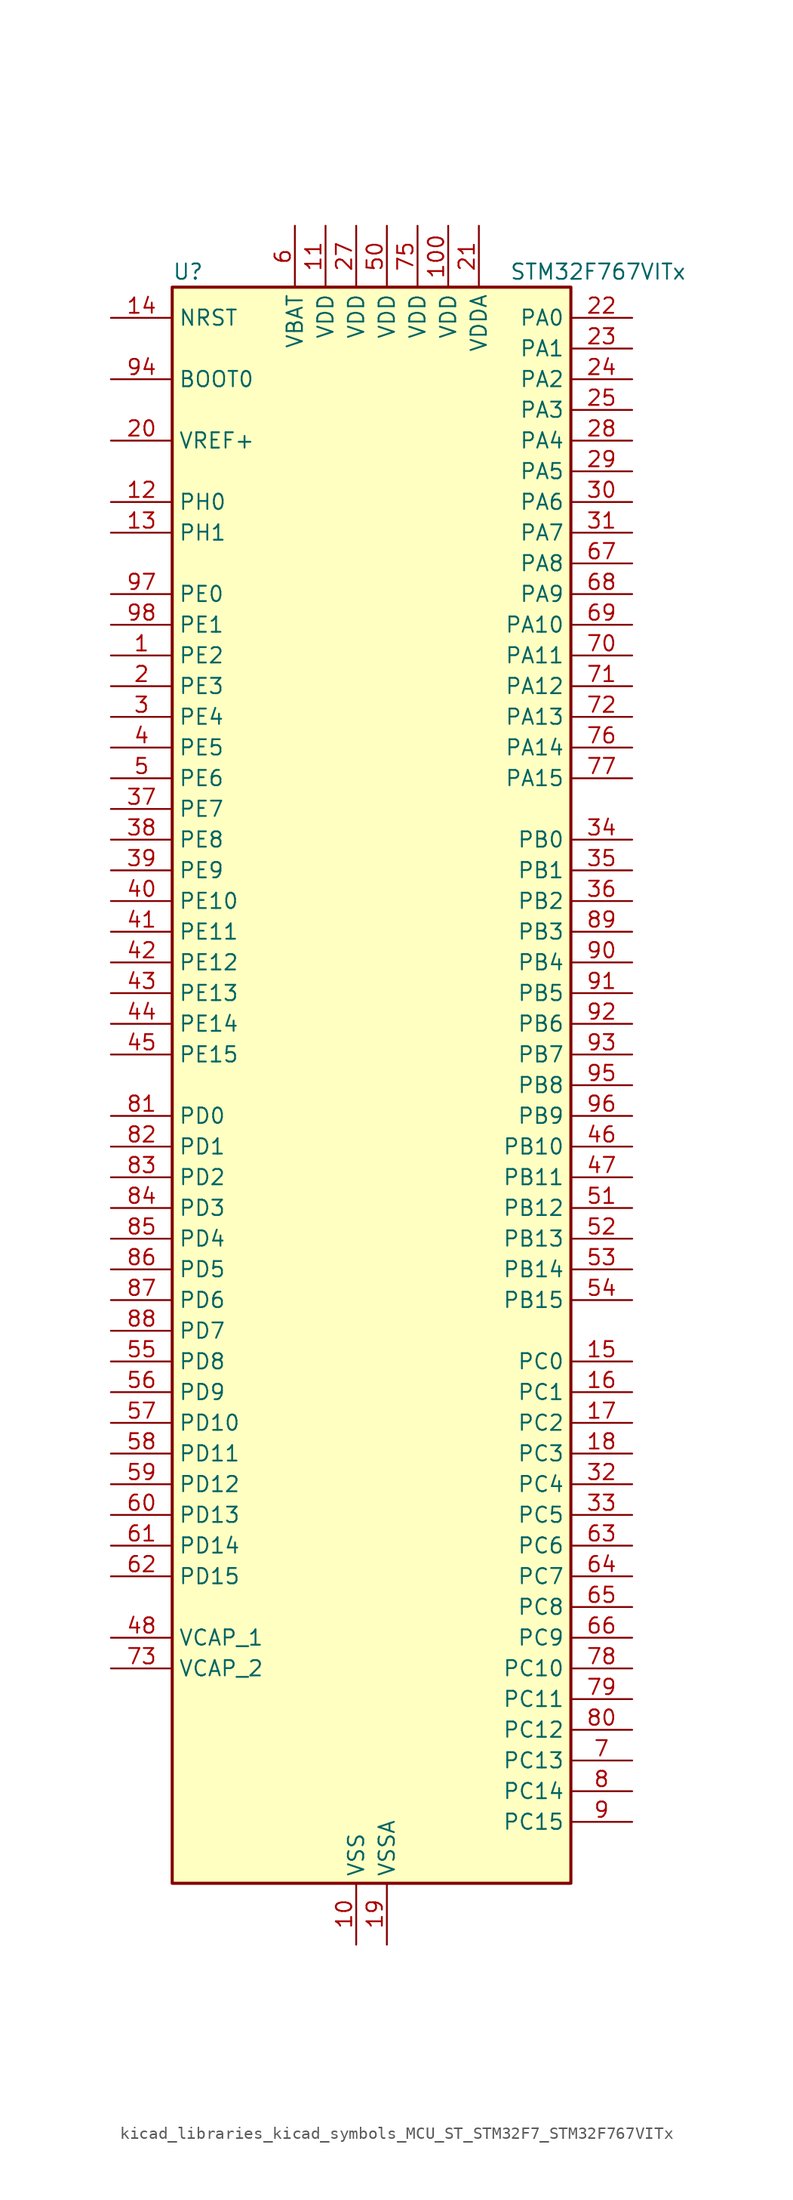
<source format=kicad_sym>
(kicad_symbol_lib
  (version 20220914)
  (generator kicad_symbol_editor)
  (symbol "kicad_libraries_kicad_symbols_MCU_ST_STM32F7_STM32F767VITx"
    (property "Reference" "U"
      (at -15.24 67.31 0)
      (effects (font (size 1.27 1.27)) (justify left)))
    (property "Value" "STM32F767VITx"
      (at 12.7 67.31 0)
      (effects (font (size 1.27 1.27)) (justify left)))
    (property "ki_locked" ""
      (at 0 0 0)
      (effects (font (size 1.27 1.27))))
    (symbol "kicad_libraries_kicad_symbols_MCU_ST_STM32F7_STM32F767VITx_0_1"
      (rectangle (start -15.24 -66.04) (end 17.78 66.04) (stroke (width 0.254) (type default)) (fill (type background))))
    (symbol "kicad_libraries_kicad_symbols_MCU_ST_STM32F7_STM32F767VITx_1_1"
      (pin bidirectional line (at -20.32 35.56 0) (length 5.08) (name "PE2" (effects (font (size 1.27 1.27)))) (number "1" (effects (font (size 1.27 1.27)))) (alternate "ETH_TXD3" bidirectional line) (alternate "FMC_A23" bidirectional line) (alternate "QUADSPI_BK1_IO2" bidirectional line) (alternate "SAI1_MCLK_A" bidirectional line) (alternate "SPI4_SCK" bidirectional line) (alternate "SYS_TRACECLK" bidirectional line))
      (pin power_in line (at 0 -71.12 90) (length 5.08) (name "VSS" (effects (font (size 1.27 1.27)))) (number "10" (effects (font (size 1.27 1.27)))))
      (pin power_in line (at 7.62 71.12 270) (length 5.08) (name "VDD" (effects (font (size 1.27 1.27)))) (number "100" (effects (font (size 1.27 1.27)))))
      (pin power_in line (at -2.54 71.12 270) (length 5.08) (name "VDD" (effects (font (size 1.27 1.27)))) (number "11" (effects (font (size 1.27 1.27)))))
      (pin bidirectional line (at -20.32 48.26 0) (length 5.08) (name "PH0" (effects (font (size 1.27 1.27)))) (number "12" (effects (font (size 1.27 1.27)))) (alternate "RCC_OSC_IN" bidirectional line))
      (pin bidirectional line (at -20.32 45.72 0) (length 5.08) (name "PH1" (effects (font (size 1.27 1.27)))) (number "13" (effects (font (size 1.27 1.27)))) (alternate "RCC_OSC_OUT" bidirectional line))
      (pin input line (at -20.32 63.5 0) (length 5.08) (name "NRST" (effects (font (size 1.27 1.27)))) (number "14" (effects (font (size 1.27 1.27)))))
      (pin bidirectional line (at 22.86 -22.86 180) (length 5.08) (name "PC0" (effects (font (size 1.27 1.27)))) (number "15" (effects (font (size 1.27 1.27)))) (alternate "ADC1_IN10" bidirectional line) (alternate "ADC2_IN10" bidirectional line) (alternate "ADC3_IN10" bidirectional line) (alternate "DFSDM1_CKIN0" bidirectional line) (alternate "DFSDM1_DATIN4" bidirectional line) (alternate "FMC_SDNWE" bidirectional line) (alternate "LTDC_R5" bidirectional line) (alternate "SAI2_FS_B" bidirectional line) (alternate "USB_OTG_HS_ULPI_STP" bidirectional line))
      (pin bidirectional line (at 22.86 -25.4 180) (length 5.08) (name "PC1" (effects (font (size 1.27 1.27)))) (number "16" (effects (font (size 1.27 1.27)))) (alternate "ADC1_IN11" bidirectional line) (alternate "ADC2_IN11" bidirectional line) (alternate "ADC3_IN11" bidirectional line) (alternate "DFSDM1_CKIN4" bidirectional line) (alternate "DFSDM1_DATIN0" bidirectional line) (alternate "ETH_MDC" bidirectional line) (alternate "I2S2_SD" bidirectional line) (alternate "MDIOS_MDC" bidirectional line) (alternate "RTC_TAMP3" bidirectional line) (alternate "RTC_TS" bidirectional line) (alternate "SAI1_SD_A" bidirectional line) (alternate "SPI2_MOSI" bidirectional line) (alternate "SYS_TRACED0" bidirectional line) (alternate "SYS_WKUP3" bidirectional line))
      (pin bidirectional line (at 22.86 -27.94 180) (length 5.08) (name "PC2" (effects (font (size 1.27 1.27)))) (number "17" (effects (font (size 1.27 1.27)))) (alternate "ADC1_IN12" bidirectional line) (alternate "ADC2_IN12" bidirectional line) (alternate "ADC3_IN12" bidirectional line) (alternate "DFSDM1_CKIN1" bidirectional line) (alternate "DFSDM1_CKOUT" bidirectional line) (alternate "ETH_TXD2" bidirectional line) (alternate "FMC_SDNE0" bidirectional line) (alternate "SPI2_MISO" bidirectional line) (alternate "USB_OTG_HS_ULPI_DIR" bidirectional line))
      (pin bidirectional line (at 22.86 -30.48 180) (length 5.08) (name "PC3" (effects (font (size 1.27 1.27)))) (number "18" (effects (font (size 1.27 1.27)))) (alternate "ADC1_IN13" bidirectional line) (alternate "ADC2_IN13" bidirectional line) (alternate "ADC3_IN13" bidirectional line) (alternate "DFSDM1_DATIN1" bidirectional line) (alternate "ETH_TX_CLK" bidirectional line) (alternate "FMC_SDCKE0" bidirectional line) (alternate "I2S2_SD" bidirectional line) (alternate "SPI2_MOSI" bidirectional line) (alternate "USB_OTG_HS_ULPI_NXT" bidirectional line))
      (pin power_in line (at 2.54 -71.12 90) (length 5.08) (name "VSSA" (effects (font (size 1.27 1.27)))) (number "19" (effects (font (size 1.27 1.27)))))
      (pin bidirectional line (at -20.32 33.02 0) (length 5.08) (name "PE3" (effects (font (size 1.27 1.27)))) (number "2" (effects (font (size 1.27 1.27)))) (alternate "FMC_A19" bidirectional line) (alternate "SAI1_SD_B" bidirectional line) (alternate "SYS_TRACED0" bidirectional line))
      (pin input line (at -20.32 53.34 0) (length 5.08) (name "VREF+" (effects (font (size 1.27 1.27)))) (number "20" (effects (font (size 1.27 1.27)))))
      (pin power_in line (at 10.16 71.12 270) (length 5.08) (name "VDDA" (effects (font (size 1.27 1.27)))) (number "21" (effects (font (size 1.27 1.27)))))
      (pin bidirectional line (at 22.86 63.5 180) (length 5.08) (name "PA0" (effects (font (size 1.27 1.27)))) (number "22" (effects (font (size 1.27 1.27)))) (alternate "ADC1_IN0" bidirectional line) (alternate "ADC2_IN0" bidirectional line) (alternate "ADC3_IN0" bidirectional line) (alternate "ETH_CRS" bidirectional line) (alternate "SAI2_SD_B" bidirectional line) (alternate "SYS_WKUP1" bidirectional line) (alternate "TIM2_CH1" bidirectional line) (alternate "TIM2_ETR" bidirectional line) (alternate "TIM5_CH1" bidirectional line) (alternate "TIM8_ETR" bidirectional line) (alternate "UART4_TX" bidirectional line) (alternate "USART2_CTS" bidirectional line))
      (pin bidirectional line (at 22.86 60.96 180) (length 5.08) (name "PA1" (effects (font (size 1.27 1.27)))) (number "23" (effects (font (size 1.27 1.27)))) (alternate "ADC1_IN1" bidirectional line) (alternate "ADC2_IN1" bidirectional line) (alternate "ADC3_IN1" bidirectional line) (alternate "ETH_REF_CLK" bidirectional line) (alternate "ETH_RX_CLK" bidirectional line) (alternate "LTDC_R2" bidirectional line) (alternate "QUADSPI_BK1_IO3" bidirectional line) (alternate "SAI2_MCLK_B" bidirectional line) (alternate "TIM2_CH2" bidirectional line) (alternate "TIM5_CH2" bidirectional line) (alternate "UART4_RX" bidirectional line) (alternate "USART2_DE" bidirectional line) (alternate "USART2_RTS" bidirectional line))
      (pin bidirectional line (at 22.86 58.42 180) (length 5.08) (name "PA2" (effects (font (size 1.27 1.27)))) (number "24" (effects (font (size 1.27 1.27)))) (alternate "ADC1_IN2" bidirectional line) (alternate "ADC2_IN2" bidirectional line) (alternate "ADC3_IN2" bidirectional line) (alternate "ETH_MDIO" bidirectional line) (alternate "LTDC_R1" bidirectional line) (alternate "MDIOS_MDIO" bidirectional line) (alternate "SAI2_SCK_B" bidirectional line) (alternate "SYS_WKUP2" bidirectional line) (alternate "TIM2_CH3" bidirectional line) (alternate "TIM5_CH3" bidirectional line) (alternate "TIM9_CH1" bidirectional line) (alternate "USART2_TX" bidirectional line))
      (pin bidirectional line (at 22.86 55.88 180) (length 5.08) (name "PA3" (effects (font (size 1.27 1.27)))) (number "25" (effects (font (size 1.27 1.27)))) (alternate "ADC1_IN3" bidirectional line) (alternate "ADC2_IN3" bidirectional line) (alternate "ADC3_IN3" bidirectional line) (alternate "ETH_COL" bidirectional line) (alternate "LTDC_B2" bidirectional line) (alternate "LTDC_B5" bidirectional line) (alternate "TIM2_CH4" bidirectional line) (alternate "TIM5_CH4" bidirectional line) (alternate "TIM9_CH2" bidirectional line) (alternate "USART2_RX" bidirectional line) (alternate "USB_OTG_HS_ULPI_D0" bidirectional line))
      (pin passive line (at 0 -71.12 90) (length 5.08) hide (name "VSS" (effects (font (size 1.27 1.27)))) (number "26" (effects (font (size 1.27 1.27)))))
      (pin power_in line (at 0 71.12 270) (length 5.08) (name "VDD" (effects (font (size 1.27 1.27)))) (number "27" (effects (font (size 1.27 1.27)))))
      (pin bidirectional line (at 22.86 53.34 180) (length 5.08) (name "PA4" (effects (font (size 1.27 1.27)))) (number "28" (effects (font (size 1.27 1.27)))) (alternate "ADC1_IN4" bidirectional line) (alternate "ADC2_IN4" bidirectional line) (alternate "DAC_OUT1" bidirectional line) (alternate "DCMI_HSYNC" bidirectional line) (alternate "I2S1_WS" bidirectional line) (alternate "I2S3_WS" bidirectional line) (alternate "LTDC_VSYNC" bidirectional line) (alternate "SPI1_NSS" bidirectional line) (alternate "SPI3_NSS" bidirectional line) (alternate "SPI6_NSS" bidirectional line) (alternate "USART2_CK" bidirectional line) (alternate "USB_OTG_HS_SOF" bidirectional line))
      (pin bidirectional line (at 22.86 50.8 180) (length 5.08) (name "PA5" (effects (font (size 1.27 1.27)))) (number "29" (effects (font (size 1.27 1.27)))) (alternate "ADC1_IN5" bidirectional line) (alternate "ADC2_IN5" bidirectional line) (alternate "DAC_OUT2" bidirectional line) (alternate "I2S1_CK" bidirectional line) (alternate "LTDC_R4" bidirectional line) (alternate "SPI1_SCK" bidirectional line) (alternate "SPI6_SCK" bidirectional line) (alternate "TIM2_CH1" bidirectional line) (alternate "TIM2_ETR" bidirectional line) (alternate "TIM8_CH1N" bidirectional line) (alternate "USB_OTG_HS_ULPI_CK" bidirectional line))
      (pin bidirectional line (at -20.32 30.48 0) (length 5.08) (name "PE4" (effects (font (size 1.27 1.27)))) (number "3" (effects (font (size 1.27 1.27)))) (alternate "DCMI_D4" bidirectional line) (alternate "DFSDM1_DATIN3" bidirectional line) (alternate "FMC_A20" bidirectional line) (alternate "LTDC_B0" bidirectional line) (alternate "SAI1_FS_A" bidirectional line) (alternate "SPI4_NSS" bidirectional line) (alternate "SYS_TRACED1" bidirectional line))
      (pin bidirectional line (at 22.86 48.26 180) (length 5.08) (name "PA6" (effects (font (size 1.27 1.27)))) (number "30" (effects (font (size 1.27 1.27)))) (alternate "ADC1_IN6" bidirectional line) (alternate "ADC2_IN6" bidirectional line) (alternate "DCMI_PIXCLK" bidirectional line) (alternate "LTDC_G2" bidirectional line) (alternate "MDIOS_MDC" bidirectional line) (alternate "SPI1_MISO" bidirectional line) (alternate "SPI6_MISO" bidirectional line) (alternate "TIM13_CH1" bidirectional line) (alternate "TIM1_BKIN" bidirectional line) (alternate "TIM3_CH1" bidirectional line) (alternate "TIM8_BKIN" bidirectional line))
      (pin bidirectional line (at 22.86 45.72 180) (length 5.08) (name "PA7" (effects (font (size 1.27 1.27)))) (number "31" (effects (font (size 1.27 1.27)))) (alternate "ADC1_IN7" bidirectional line) (alternate "ADC2_IN7" bidirectional line) (alternate "ETH_CRS_DV" bidirectional line) (alternate "ETH_RX_DV" bidirectional line) (alternate "FMC_SDNWE" bidirectional line) (alternate "I2S1_SD" bidirectional line) (alternate "SPI1_MOSI" bidirectional line) (alternate "SPI6_MOSI" bidirectional line) (alternate "TIM14_CH1" bidirectional line) (alternate "TIM1_CH1N" bidirectional line) (alternate "TIM3_CH2" bidirectional line) (alternate "TIM8_CH1N" bidirectional line))
      (pin bidirectional line (at 22.86 -33.02 180) (length 5.08) (name "PC4" (effects (font (size 1.27 1.27)))) (number "32" (effects (font (size 1.27 1.27)))) (alternate "ADC1_IN14" bidirectional line) (alternate "ADC2_IN14" bidirectional line) (alternate "DFSDM1_CKIN2" bidirectional line) (alternate "ETH_RXD0" bidirectional line) (alternate "FMC_SDNE0" bidirectional line) (alternate "I2S1_MCK" bidirectional line) (alternate "SPDIFRX_IN2" bidirectional line))
      (pin bidirectional line (at 22.86 -35.56 180) (length 5.08) (name "PC5" (effects (font (size 1.27 1.27)))) (number "33" (effects (font (size 1.27 1.27)))) (alternate "ADC1_IN15" bidirectional line) (alternate "ADC2_IN15" bidirectional line) (alternate "DFSDM1_DATIN2" bidirectional line) (alternate "ETH_RXD1" bidirectional line) (alternate "FMC_SDCKE0" bidirectional line) (alternate "SPDIFRX_IN3" bidirectional line))
      (pin bidirectional line (at 22.86 20.32 180) (length 5.08) (name "PB0" (effects (font (size 1.27 1.27)))) (number "34" (effects (font (size 1.27 1.27)))) (alternate "ADC1_IN8" bidirectional line) (alternate "ADC2_IN8" bidirectional line) (alternate "DFSDM1_CKOUT" bidirectional line) (alternate "ETH_RXD2" bidirectional line) (alternate "LTDC_G1" bidirectional line) (alternate "LTDC_R3" bidirectional line) (alternate "TIM1_CH2N" bidirectional line) (alternate "TIM3_CH3" bidirectional line) (alternate "TIM8_CH2N" bidirectional line) (alternate "UART4_CTS" bidirectional line) (alternate "USB_OTG_HS_ULPI_D1" bidirectional line))
      (pin bidirectional line (at 22.86 17.78 180) (length 5.08) (name "PB1" (effects (font (size 1.27 1.27)))) (number "35" (effects (font (size 1.27 1.27)))) (alternate "ADC1_IN9" bidirectional line) (alternate "ADC2_IN9" bidirectional line) (alternate "DFSDM1_DATIN1" bidirectional line) (alternate "ETH_RXD3" bidirectional line) (alternate "LTDC_G0" bidirectional line) (alternate "LTDC_R6" bidirectional line) (alternate "TIM1_CH3N" bidirectional line) (alternate "TIM3_CH4" bidirectional line) (alternate "TIM8_CH3N" bidirectional line) (alternate "USB_OTG_HS_ULPI_D2" bidirectional line))
      (pin bidirectional line (at 22.86 15.24 180) (length 5.08) (name "PB2" (effects (font (size 1.27 1.27)))) (number "36" (effects (font (size 1.27 1.27)))) (alternate "DFSDM1_CKIN1" bidirectional line) (alternate "I2S3_SD" bidirectional line) (alternate "QUADSPI_CLK" bidirectional line) (alternate "SAI1_SD_A" bidirectional line) (alternate "SPI3_MOSI" bidirectional line))
      (pin bidirectional line (at -20.32 22.86 0) (length 5.08) (name "PE7" (effects (font (size 1.27 1.27)))) (number "37" (effects (font (size 1.27 1.27)))) (alternate "DFSDM1_DATIN2" bidirectional line) (alternate "FMC_D4" bidirectional line) (alternate "FMC_DA4" bidirectional line) (alternate "QUADSPI_BK2_IO0" bidirectional line) (alternate "TIM1_ETR" bidirectional line) (alternate "UART7_RX" bidirectional line))
      (pin bidirectional line (at -20.32 20.32 0) (length 5.08) (name "PE8" (effects (font (size 1.27 1.27)))) (number "38" (effects (font (size 1.27 1.27)))) (alternate "DFSDM1_CKIN2" bidirectional line) (alternate "FMC_D5" bidirectional line) (alternate "FMC_DA5" bidirectional line) (alternate "QUADSPI_BK2_IO1" bidirectional line) (alternate "TIM1_CH1N" bidirectional line) (alternate "UART7_TX" bidirectional line))
      (pin bidirectional line (at -20.32 17.78 0) (length 5.08) (name "PE9" (effects (font (size 1.27 1.27)))) (number "39" (effects (font (size 1.27 1.27)))) (alternate "DAC_EXTI9" bidirectional line) (alternate "DFSDM1_CKOUT" bidirectional line) (alternate "FMC_D6" bidirectional line) (alternate "FMC_DA6" bidirectional line) (alternate "QUADSPI_BK2_IO2" bidirectional line) (alternate "TIM1_CH1" bidirectional line) (alternate "UART7_DE" bidirectional line) (alternate "UART7_RTS" bidirectional line))
      (pin bidirectional line (at -20.32 27.94 0) (length 5.08) (name "PE5" (effects (font (size 1.27 1.27)))) (number "4" (effects (font (size 1.27 1.27)))) (alternate "DCMI_D6" bidirectional line) (alternate "DFSDM1_CKIN3" bidirectional line) (alternate "FMC_A21" bidirectional line) (alternate "LTDC_G0" bidirectional line) (alternate "SAI1_SCK_A" bidirectional line) (alternate "SPI4_MISO" bidirectional line) (alternate "SYS_TRACED2" bidirectional line) (alternate "TIM9_CH1" bidirectional line))
      (pin bidirectional line (at -20.32 15.24 0) (length 5.08) (name "PE10" (effects (font (size 1.27 1.27)))) (number "40" (effects (font (size 1.27 1.27)))) (alternate "DFSDM1_DATIN4" bidirectional line) (alternate "FMC_D7" bidirectional line) (alternate "FMC_DA7" bidirectional line) (alternate "QUADSPI_BK2_IO3" bidirectional line) (alternate "TIM1_CH2N" bidirectional line) (alternate "UART7_CTS" bidirectional line))
      (pin bidirectional line (at -20.32 12.7 0) (length 5.08) (name "PE11" (effects (font (size 1.27 1.27)))) (number "41" (effects (font (size 1.27 1.27)))) (alternate "ADC1_EXTI11" bidirectional line) (alternate "ADC2_EXTI11" bidirectional line) (alternate "ADC3_EXTI11" bidirectional line) (alternate "DFSDM1_CKIN4" bidirectional line) (alternate "FMC_D8" bidirectional line) (alternate "FMC_DA8" bidirectional line) (alternate "LTDC_G3" bidirectional line) (alternate "SAI2_SD_B" bidirectional line) (alternate "SPI4_NSS" bidirectional line) (alternate "TIM1_CH2" bidirectional line))
      (pin bidirectional line (at -20.32 10.16 0) (length 5.08) (name "PE12" (effects (font (size 1.27 1.27)))) (number "42" (effects (font (size 1.27 1.27)))) (alternate "DFSDM1_DATIN5" bidirectional line) (alternate "FMC_D9" bidirectional line) (alternate "FMC_DA9" bidirectional line) (alternate "LTDC_B4" bidirectional line) (alternate "SAI2_SCK_B" bidirectional line) (alternate "SPI4_SCK" bidirectional line) (alternate "TIM1_CH3N" bidirectional line))
      (pin bidirectional line (at -20.32 7.62 0) (length 5.08) (name "PE13" (effects (font (size 1.27 1.27)))) (number "43" (effects (font (size 1.27 1.27)))) (alternate "DFSDM1_CKIN5" bidirectional line) (alternate "FMC_D10" bidirectional line) (alternate "FMC_DA10" bidirectional line) (alternate "LTDC_DE" bidirectional line) (alternate "SAI2_FS_B" bidirectional line) (alternate "SPI4_MISO" bidirectional line) (alternate "TIM1_CH3" bidirectional line))
      (pin bidirectional line (at -20.32 5.08 0) (length 5.08) (name "PE14" (effects (font (size 1.27 1.27)))) (number "44" (effects (font (size 1.27 1.27)))) (alternate "FMC_D11" bidirectional line) (alternate "FMC_DA11" bidirectional line) (alternate "LTDC_CLK" bidirectional line) (alternate "SAI2_MCLK_B" bidirectional line) (alternate "SPI4_MOSI" bidirectional line) (alternate "TIM1_CH4" bidirectional line))
      (pin bidirectional line (at -20.32 2.54 0) (length 5.08) (name "PE15" (effects (font (size 1.27 1.27)))) (number "45" (effects (font (size 1.27 1.27)))) (alternate "FMC_D12" bidirectional line) (alternate "FMC_DA12" bidirectional line) (alternate "LTDC_R7" bidirectional line) (alternate "TIM1_BKIN" bidirectional line))
      (pin bidirectional line (at 22.86 -5.08 180) (length 5.08) (name "PB10" (effects (font (size 1.27 1.27)))) (number "46" (effects (font (size 1.27 1.27)))) (alternate "DFSDM1_DATIN7" bidirectional line) (alternate "ETH_RX_ER" bidirectional line) (alternate "I2C2_SCL" bidirectional line) (alternate "I2S2_CK" bidirectional line) (alternate "LTDC_G4" bidirectional line) (alternate "QUADSPI_BK1_NCS" bidirectional line) (alternate "SPI2_SCK" bidirectional line) (alternate "TIM2_CH3" bidirectional line) (alternate "USART3_TX" bidirectional line) (alternate "USB_OTG_HS_ULPI_D3" bidirectional line))
      (pin bidirectional line (at 22.86 -7.62 180) (length 5.08) (name "PB11" (effects (font (size 1.27 1.27)))) (number "47" (effects (font (size 1.27 1.27)))) (alternate "ADC1_EXTI11" bidirectional line) (alternate "ADC2_EXTI11" bidirectional line) (alternate "ADC3_EXTI11" bidirectional line) (alternate "DFSDM1_CKIN7" bidirectional line) (alternate "ETH_TX_EN" bidirectional line) (alternate "I2C2_SDA" bidirectional line) (alternate "LTDC_G5" bidirectional line) (alternate "TIM2_CH4" bidirectional line) (alternate "USART3_RX" bidirectional line) (alternate "USB_OTG_HS_ULPI_D4" bidirectional line))
      (pin power_out line (at -20.32 -45.72 0) (length 5.08) (name "VCAP_1" (effects (font (size 1.27 1.27)))) (number "48" (effects (font (size 1.27 1.27)))))
      (pin passive line (at 0 -71.12 90) (length 5.08) hide (name "VSS" (effects (font (size 1.27 1.27)))) (number "49" (effects (font (size 1.27 1.27)))))
      (pin bidirectional line (at -20.32 25.4 0) (length 5.08) (name "PE6" (effects (font (size 1.27 1.27)))) (number "5" (effects (font (size 1.27 1.27)))) (alternate "DCMI_D7" bidirectional line) (alternate "FMC_A22" bidirectional line) (alternate "LTDC_G1" bidirectional line) (alternate "SAI1_SD_A" bidirectional line) (alternate "SAI2_MCLK_B" bidirectional line) (alternate "SPI4_MOSI" bidirectional line) (alternate "SYS_TRACED3" bidirectional line) (alternate "TIM1_BKIN2" bidirectional line) (alternate "TIM9_CH2" bidirectional line))
      (pin power_in line (at 2.54 71.12 270) (length 5.08) (name "VDD" (effects (font (size 1.27 1.27)))) (number "50" (effects (font (size 1.27 1.27)))))
      (pin bidirectional line (at 22.86 -10.16 180) (length 5.08) (name "PB12" (effects (font (size 1.27 1.27)))) (number "51" (effects (font (size 1.27 1.27)))) (alternate "CAN2_RX" bidirectional line) (alternate "DFSDM1_DATIN1" bidirectional line) (alternate "ETH_TXD0" bidirectional line) (alternate "I2C2_SMBA" bidirectional line) (alternate "I2S2_WS" bidirectional line) (alternate "SPI2_NSS" bidirectional line) (alternate "TIM1_BKIN" bidirectional line) (alternate "UART5_RX" bidirectional line) (alternate "USART3_CK" bidirectional line) (alternate "USB_OTG_HS_ID" bidirectional line) (alternate "USB_OTG_HS_ULPI_D5" bidirectional line))
      (pin bidirectional line (at 22.86 -12.7 180) (length 5.08) (name "PB13" (effects (font (size 1.27 1.27)))) (number "52" (effects (font (size 1.27 1.27)))) (alternate "CAN2_TX" bidirectional line) (alternate "DFSDM1_CKIN1" bidirectional line) (alternate "ETH_TXD1" bidirectional line) (alternate "I2S2_CK" bidirectional line) (alternate "SPI2_SCK" bidirectional line) (alternate "TIM1_CH1N" bidirectional line) (alternate "UART5_TX" bidirectional line) (alternate "USART3_CTS" bidirectional line) (alternate "USB_OTG_HS_ULPI_D6" bidirectional line) (alternate "USB_OTG_HS_VBUS" bidirectional line))
      (pin bidirectional line (at 22.86 -15.24 180) (length 5.08) (name "PB14" (effects (font (size 1.27 1.27)))) (number "53" (effects (font (size 1.27 1.27)))) (alternate "DFSDM1_DATIN2" bidirectional line) (alternate "SDMMC2_D0" bidirectional line) (alternate "SPI2_MISO" bidirectional line) (alternate "TIM12_CH1" bidirectional line) (alternate "TIM1_CH2N" bidirectional line) (alternate "TIM8_CH2N" bidirectional line) (alternate "UART4_DE" bidirectional line) (alternate "UART4_RTS" bidirectional line) (alternate "USART1_TX" bidirectional line) (alternate "USART3_DE" bidirectional line) (alternate "USART3_RTS" bidirectional line) (alternate "USB_OTG_HS_DM" bidirectional line))
      (pin bidirectional line (at 22.86 -17.78 180) (length 5.08) (name "PB15" (effects (font (size 1.27 1.27)))) (number "54" (effects (font (size 1.27 1.27)))) (alternate "DFSDM1_CKIN2" bidirectional line) (alternate "I2S2_SD" bidirectional line) (alternate "RTC_REFIN" bidirectional line) (alternate "SDMMC2_D1" bidirectional line) (alternate "SPI2_MOSI" bidirectional line) (alternate "TIM12_CH2" bidirectional line) (alternate "TIM1_CH3N" bidirectional line) (alternate "TIM8_CH3N" bidirectional line) (alternate "UART4_CTS" bidirectional line) (alternate "USART1_RX" bidirectional line) (alternate "USB_OTG_HS_DP" bidirectional line))
      (pin bidirectional line (at -20.32 -22.86 0) (length 5.08) (name "PD8" (effects (font (size 1.27 1.27)))) (number "55" (effects (font (size 1.27 1.27)))) (alternate "DFSDM1_CKIN3" bidirectional line) (alternate "FMC_D13" bidirectional line) (alternate "FMC_DA13" bidirectional line) (alternate "SPDIFRX_IN1" bidirectional line) (alternate "USART3_TX" bidirectional line))
      (pin bidirectional line (at -20.32 -25.4 0) (length 5.08) (name "PD9" (effects (font (size 1.27 1.27)))) (number "56" (effects (font (size 1.27 1.27)))) (alternate "DAC_EXTI9" bidirectional line) (alternate "DFSDM1_DATIN3" bidirectional line) (alternate "FMC_D14" bidirectional line) (alternate "FMC_DA14" bidirectional line) (alternate "USART3_RX" bidirectional line))
      (pin bidirectional line (at -20.32 -27.94 0) (length 5.08) (name "PD10" (effects (font (size 1.27 1.27)))) (number "57" (effects (font (size 1.27 1.27)))) (alternate "DFSDM1_CKOUT" bidirectional line) (alternate "FMC_D15" bidirectional line) (alternate "FMC_DA15" bidirectional line) (alternate "LTDC_B3" bidirectional line) (alternate "USART3_CK" bidirectional line))
      (pin bidirectional line (at -20.32 -30.48 0) (length 5.08) (name "PD11" (effects (font (size 1.27 1.27)))) (number "58" (effects (font (size 1.27 1.27)))) (alternate "ADC1_EXTI11" bidirectional line) (alternate "ADC2_EXTI11" bidirectional line) (alternate "ADC3_EXTI11" bidirectional line) (alternate "FMC_A16" bidirectional line) (alternate "FMC_CLE" bidirectional line) (alternate "I2C4_SMBA" bidirectional line) (alternate "QUADSPI_BK1_IO0" bidirectional line) (alternate "SAI2_SD_A" bidirectional line) (alternate "USART3_CTS" bidirectional line))
      (pin bidirectional line (at -20.32 -33.02 0) (length 5.08) (name "PD12" (effects (font (size 1.27 1.27)))) (number "59" (effects (font (size 1.27 1.27)))) (alternate "FMC_A17" bidirectional line) (alternate "FMC_ALE" bidirectional line) (alternate "I2C4_SCL" bidirectional line) (alternate "LPTIM1_IN1" bidirectional line) (alternate "QUADSPI_BK1_IO1" bidirectional line) (alternate "SAI2_FS_A" bidirectional line) (alternate "TIM4_CH1" bidirectional line) (alternate "USART3_DE" bidirectional line) (alternate "USART3_RTS" bidirectional line))
      (pin power_in line (at -5.08 71.12 270) (length 5.08) (name "VBAT" (effects (font (size 1.27 1.27)))) (number "6" (effects (font (size 1.27 1.27)))))
      (pin bidirectional line (at -20.32 -35.56 0) (length 5.08) (name "PD13" (effects (font (size 1.27 1.27)))) (number "60" (effects (font (size 1.27 1.27)))) (alternate "FMC_A18" bidirectional line) (alternate "I2C4_SDA" bidirectional line) (alternate "LPTIM1_OUT" bidirectional line) (alternate "QUADSPI_BK1_IO3" bidirectional line) (alternate "SAI2_SCK_A" bidirectional line) (alternate "TIM4_CH2" bidirectional line))
      (pin bidirectional line (at -20.32 -38.1 0) (length 5.08) (name "PD14" (effects (font (size 1.27 1.27)))) (number "61" (effects (font (size 1.27 1.27)))) (alternate "FMC_D0" bidirectional line) (alternate "FMC_DA0" bidirectional line) (alternate "TIM4_CH3" bidirectional line) (alternate "UART8_CTS" bidirectional line))
      (pin bidirectional line (at -20.32 -40.64 0) (length 5.08) (name "PD15" (effects (font (size 1.27 1.27)))) (number "62" (effects (font (size 1.27 1.27)))) (alternate "FMC_D1" bidirectional line) (alternate "FMC_DA1" bidirectional line) (alternate "TIM4_CH4" bidirectional line) (alternate "UART8_DE" bidirectional line) (alternate "UART8_RTS" bidirectional line))
      (pin bidirectional line (at 22.86 -38.1 180) (length 5.08) (name "PC6" (effects (font (size 1.27 1.27)))) (number "63" (effects (font (size 1.27 1.27)))) (alternate "DCMI_D0" bidirectional line) (alternate "DFSDM1_CKIN3" bidirectional line) (alternate "FMC_NWAIT" bidirectional line) (alternate "I2S2_MCK" bidirectional line) (alternate "LTDC_HSYNC" bidirectional line) (alternate "SDMMC1_D6" bidirectional line) (alternate "SDMMC2_D6" bidirectional line) (alternate "TIM3_CH1" bidirectional line) (alternate "TIM8_CH1" bidirectional line) (alternate "USART6_TX" bidirectional line))
      (pin bidirectional line (at 22.86 -40.64 180) (length 5.08) (name "PC7" (effects (font (size 1.27 1.27)))) (number "64" (effects (font (size 1.27 1.27)))) (alternate "DCMI_D1" bidirectional line) (alternate "DFSDM1_DATIN3" bidirectional line) (alternate "FMC_NE1" bidirectional line) (alternate "I2S3_MCK" bidirectional line) (alternate "LTDC_G6" bidirectional line) (alternate "SDMMC1_D7" bidirectional line) (alternate "SDMMC2_D7" bidirectional line) (alternate "TIM3_CH2" bidirectional line) (alternate "TIM8_CH2" bidirectional line) (alternate "USART6_RX" bidirectional line))
      (pin bidirectional line (at 22.86 -43.18 180) (length 5.08) (name "PC8" (effects (font (size 1.27 1.27)))) (number "65" (effects (font (size 1.27 1.27)))) (alternate "DCMI_D2" bidirectional line) (alternate "FMC_NCE" bidirectional line) (alternate "FMC_NE2" bidirectional line) (alternate "SDMMC1_D0" bidirectional line) (alternate "SYS_TRACED1" bidirectional line) (alternate "TIM3_CH3" bidirectional line) (alternate "TIM8_CH3" bidirectional line) (alternate "UART5_DE" bidirectional line) (alternate "UART5_RTS" bidirectional line) (alternate "USART6_CK" bidirectional line))
      (pin bidirectional line (at 22.86 -45.72 180) (length 5.08) (name "PC9" (effects (font (size 1.27 1.27)))) (number "66" (effects (font (size 1.27 1.27)))) (alternate "DAC_EXTI9" bidirectional line) (alternate "DCMI_D3" bidirectional line) (alternate "I2C3_SDA" bidirectional line) (alternate "I2S_CKIN" bidirectional line) (alternate "LTDC_B2" bidirectional line) (alternate "LTDC_G3" bidirectional line) (alternate "QUADSPI_BK1_IO0" bidirectional line) (alternate "RCC_MCO_2" bidirectional line) (alternate "SDMMC1_D1" bidirectional line) (alternate "TIM3_CH4" bidirectional line) (alternate "TIM8_CH4" bidirectional line) (alternate "UART5_CTS" bidirectional line))
      (pin bidirectional line (at 22.86 43.18 180) (length 5.08) (name "PA8" (effects (font (size 1.27 1.27)))) (number "67" (effects (font (size 1.27 1.27)))) (alternate "CAN3_RX" bidirectional line) (alternate "I2C3_SCL" bidirectional line) (alternate "LTDC_B3" bidirectional line) (alternate "LTDC_R6" bidirectional line) (alternate "RCC_MCO_1" bidirectional line) (alternate "TIM1_CH1" bidirectional line) (alternate "TIM8_BKIN2" bidirectional line) (alternate "UART7_RX" bidirectional line) (alternate "USART1_CK" bidirectional line) (alternate "USB_OTG_FS_SOF" bidirectional line))
      (pin bidirectional line (at 22.86 40.64 180) (length 5.08) (name "PA9" (effects (font (size 1.27 1.27)))) (number "68" (effects (font (size 1.27 1.27)))) (alternate "DAC_EXTI9" bidirectional line) (alternate "DCMI_D0" bidirectional line) (alternate "I2C3_SMBA" bidirectional line) (alternate "I2S2_CK" bidirectional line) (alternate "LTDC_R5" bidirectional line) (alternate "SPI2_SCK" bidirectional line) (alternate "TIM1_CH2" bidirectional line) (alternate "USART1_TX" bidirectional line) (alternate "USB_OTG_FS_VBUS" bidirectional line))
      (pin bidirectional line (at 22.86 38.1 180) (length 5.08) (name "PA10" (effects (font (size 1.27 1.27)))) (number "69" (effects (font (size 1.27 1.27)))) (alternate "DCMI_D1" bidirectional line) (alternate "LTDC_B1" bidirectional line) (alternate "LTDC_B4" bidirectional line) (alternate "MDIOS_MDIO" bidirectional line) (alternate "TIM1_CH3" bidirectional line) (alternate "USART1_RX" bidirectional line) (alternate "USB_OTG_FS_ID" bidirectional line))
      (pin bidirectional line (at 22.86 -55.88 180) (length 5.08) (name "PC13" (effects (font (size 1.27 1.27)))) (number "7" (effects (font (size 1.27 1.27)))) (alternate "RTC_OUT" bidirectional line) (alternate "RTC_TAMP1" bidirectional line) (alternate "RTC_TS" bidirectional line) (alternate "SYS_WKUP4" bidirectional line))
      (pin bidirectional line (at 22.86 35.56 180) (length 5.08) (name "PA11" (effects (font (size 1.27 1.27)))) (number "70" (effects (font (size 1.27 1.27)))) (alternate "ADC1_EXTI11" bidirectional line) (alternate "ADC2_EXTI11" bidirectional line) (alternate "ADC3_EXTI11" bidirectional line) (alternate "CAN1_RX" bidirectional line) (alternate "I2S2_WS" bidirectional line) (alternate "LTDC_R4" bidirectional line) (alternate "SPI2_NSS" bidirectional line) (alternate "TIM1_CH4" bidirectional line) (alternate "UART4_RX" bidirectional line) (alternate "USART1_CTS" bidirectional line) (alternate "USB_OTG_FS_DM" bidirectional line))
      (pin bidirectional line (at 22.86 33.02 180) (length 5.08) (name "PA12" (effects (font (size 1.27 1.27)))) (number "71" (effects (font (size 1.27 1.27)))) (alternate "CAN1_TX" bidirectional line) (alternate "I2S2_CK" bidirectional line) (alternate "LTDC_R5" bidirectional line) (alternate "SAI2_FS_B" bidirectional line) (alternate "SPI2_SCK" bidirectional line) (alternate "TIM1_ETR" bidirectional line) (alternate "UART4_TX" bidirectional line) (alternate "USART1_DE" bidirectional line) (alternate "USART1_RTS" bidirectional line) (alternate "USB_OTG_FS_DP" bidirectional line))
      (pin bidirectional line (at 22.86 30.48 180) (length 5.08) (name "PA13" (effects (font (size 1.27 1.27)))) (number "72" (effects (font (size 1.27 1.27)))) (alternate "SYS_JTMS-SWDIO" bidirectional line))
      (pin power_out line (at -20.32 -48.26 0) (length 5.08) (name "VCAP_2" (effects (font (size 1.27 1.27)))) (number "73" (effects (font (size 1.27 1.27)))))
      (pin passive line (at 0 -71.12 90) (length 5.08) hide (name "VSS" (effects (font (size 1.27 1.27)))) (number "74" (effects (font (size 1.27 1.27)))))
      (pin power_in line (at 5.08 71.12 270) (length 5.08) (name "VDD" (effects (font (size 1.27 1.27)))) (number "75" (effects (font (size 1.27 1.27)))))
      (pin bidirectional line (at 22.86 27.94 180) (length 5.08) (name "PA14" (effects (font (size 1.27 1.27)))) (number "76" (effects (font (size 1.27 1.27)))) (alternate "SYS_JTCK-SWCLK" bidirectional line))
      (pin bidirectional line (at 22.86 25.4 180) (length 5.08) (name "PA15" (effects (font (size 1.27 1.27)))) (number "77" (effects (font (size 1.27 1.27)))) (alternate "CAN3_TX" bidirectional line) (alternate "CEC" bidirectional line) (alternate "I2S1_WS" bidirectional line) (alternate "I2S3_WS" bidirectional line) (alternate "SPI1_NSS" bidirectional line) (alternate "SPI3_NSS" bidirectional line) (alternate "SPI6_NSS" bidirectional line) (alternate "SYS_JTDI" bidirectional line) (alternate "TIM2_CH1" bidirectional line) (alternate "TIM2_ETR" bidirectional line) (alternate "UART4_DE" bidirectional line) (alternate "UART4_RTS" bidirectional line) (alternate "UART7_TX" bidirectional line))
      (pin bidirectional line (at 22.86 -48.26 180) (length 5.08) (name "PC10" (effects (font (size 1.27 1.27)))) (number "78" (effects (font (size 1.27 1.27)))) (alternate "DCMI_D8" bidirectional line) (alternate "DFSDM1_CKIN5" bidirectional line) (alternate "I2S3_CK" bidirectional line) (alternate "LTDC_R2" bidirectional line) (alternate "QUADSPI_BK1_IO1" bidirectional line) (alternate "SDMMC1_D2" bidirectional line) (alternate "SPI3_SCK" bidirectional line) (alternate "UART4_TX" bidirectional line) (alternate "USART3_TX" bidirectional line))
      (pin bidirectional line (at 22.86 -50.8 180) (length 5.08) (name "PC11" (effects (font (size 1.27 1.27)))) (number "79" (effects (font (size 1.27 1.27)))) (alternate "ADC1_EXTI11" bidirectional line) (alternate "ADC2_EXTI11" bidirectional line) (alternate "ADC3_EXTI11" bidirectional line) (alternate "DCMI_D4" bidirectional line) (alternate "DFSDM1_DATIN5" bidirectional line) (alternate "QUADSPI_BK2_NCS" bidirectional line) (alternate "SDMMC1_D3" bidirectional line) (alternate "SPI3_MISO" bidirectional line) (alternate "UART4_RX" bidirectional line) (alternate "USART3_RX" bidirectional line))
      (pin bidirectional line (at 22.86 -58.42 180) (length 5.08) (name "PC14" (effects (font (size 1.27 1.27)))) (number "8" (effects (font (size 1.27 1.27)))) (alternate "RCC_OSC32_IN" bidirectional line))
      (pin bidirectional line (at 22.86 -53.34 180) (length 5.08) (name "PC12" (effects (font (size 1.27 1.27)))) (number "80" (effects (font (size 1.27 1.27)))) (alternate "DCMI_D9" bidirectional line) (alternate "I2S3_SD" bidirectional line) (alternate "SDMMC1_CK" bidirectional line) (alternate "SPI3_MOSI" bidirectional line) (alternate "SYS_TRACED3" bidirectional line) (alternate "UART5_TX" bidirectional line) (alternate "USART3_CK" bidirectional line))
      (pin bidirectional line (at -20.32 -2.54 0) (length 5.08) (name "PD0" (effects (font (size 1.27 1.27)))) (number "81" (effects (font (size 1.27 1.27)))) (alternate "CAN1_RX" bidirectional line) (alternate "DFSDM1_CKIN6" bidirectional line) (alternate "DFSDM1_DATIN7" bidirectional line) (alternate "FMC_D2" bidirectional line) (alternate "FMC_DA2" bidirectional line) (alternate "UART4_RX" bidirectional line))
      (pin bidirectional line (at -20.32 -5.08 0) (length 5.08) (name "PD1" (effects (font (size 1.27 1.27)))) (number "82" (effects (font (size 1.27 1.27)))) (alternate "CAN1_TX" bidirectional line) (alternate "DFSDM1_CKIN7" bidirectional line) (alternate "DFSDM1_DATIN6" bidirectional line) (alternate "FMC_D3" bidirectional line) (alternate "FMC_DA3" bidirectional line) (alternate "UART4_TX" bidirectional line))
      (pin bidirectional line (at -20.32 -7.62 0) (length 5.08) (name "PD2" (effects (font (size 1.27 1.27)))) (number "83" (effects (font (size 1.27 1.27)))) (alternate "DCMI_D11" bidirectional line) (alternate "SDMMC1_CMD" bidirectional line) (alternate "SYS_TRACED2" bidirectional line) (alternate "TIM3_ETR" bidirectional line) (alternate "UART5_RX" bidirectional line))
      (pin bidirectional line (at -20.32 -10.16 0) (length 5.08) (name "PD3" (effects (font (size 1.27 1.27)))) (number "84" (effects (font (size 1.27 1.27)))) (alternate "DCMI_D5" bidirectional line) (alternate "DFSDM1_CKOUT" bidirectional line) (alternate "DFSDM1_DATIN0" bidirectional line) (alternate "FMC_CLK" bidirectional line) (alternate "I2S2_CK" bidirectional line) (alternate "LTDC_G7" bidirectional line) (alternate "SPI2_SCK" bidirectional line) (alternate "USART2_CTS" bidirectional line))
      (pin bidirectional line (at -20.32 -12.7 0) (length 5.08) (name "PD4" (effects (font (size 1.27 1.27)))) (number "85" (effects (font (size 1.27 1.27)))) (alternate "DFSDM1_CKIN0" bidirectional line) (alternate "FMC_NOE" bidirectional line) (alternate "USART2_DE" bidirectional line) (alternate "USART2_RTS" bidirectional line))
      (pin bidirectional line (at -20.32 -15.24 0) (length 5.08) (name "PD5" (effects (font (size 1.27 1.27)))) (number "86" (effects (font (size 1.27 1.27)))) (alternate "FMC_NWE" bidirectional line) (alternate "USART2_TX" bidirectional line))
      (pin bidirectional line (at -20.32 -17.78 0) (length 5.08) (name "PD6" (effects (font (size 1.27 1.27)))) (number "87" (effects (font (size 1.27 1.27)))) (alternate "DCMI_D10" bidirectional line) (alternate "DFSDM1_CKIN4" bidirectional line) (alternate "DFSDM1_DATIN1" bidirectional line) (alternate "FMC_NWAIT" bidirectional line) (alternate "I2S3_SD" bidirectional line) (alternate "LTDC_B2" bidirectional line) (alternate "SAI1_SD_A" bidirectional line) (alternate "SDMMC2_CK" bidirectional line) (alternate "SPI3_MOSI" bidirectional line) (alternate "USART2_RX" bidirectional line))
      (pin bidirectional line (at -20.32 -20.32 0) (length 5.08) (name "PD7" (effects (font (size 1.27 1.27)))) (number "88" (effects (font (size 1.27 1.27)))) (alternate "DFSDM1_CKIN1" bidirectional line) (alternate "DFSDM1_DATIN4" bidirectional line) (alternate "FMC_NE1" bidirectional line) (alternate "I2S1_SD" bidirectional line) (alternate "SDMMC2_CMD" bidirectional line) (alternate "SPDIFRX_IN0" bidirectional line) (alternate "SPI1_MOSI" bidirectional line) (alternate "USART2_CK" bidirectional line))
      (pin bidirectional line (at 22.86 12.7 180) (length 5.08) (name "PB3" (effects (font (size 1.27 1.27)))) (number "89" (effects (font (size 1.27 1.27)))) (alternate "CAN3_RX" bidirectional line) (alternate "I2S1_CK" bidirectional line) (alternate "I2S3_CK" bidirectional line) (alternate "SDMMC2_D2" bidirectional line) (alternate "SPI1_SCK" bidirectional line) (alternate "SPI3_SCK" bidirectional line) (alternate "SPI6_SCK" bidirectional line) (alternate "SYS_JTDO-SWO" bidirectional line) (alternate "TIM2_CH2" bidirectional line) (alternate "UART7_RX" bidirectional line))
      (pin bidirectional line (at 22.86 -60.96 180) (length 5.08) (name "PC15" (effects (font (size 1.27 1.27)))) (number "9" (effects (font (size 1.27 1.27)))) (alternate "RCC_OSC32_OUT" bidirectional line))
      (pin bidirectional line (at 22.86 10.16 180) (length 5.08) (name "PB4" (effects (font (size 1.27 1.27)))) (number "90" (effects (font (size 1.27 1.27)))) (alternate "CAN3_TX" bidirectional line) (alternate "I2S2_WS" bidirectional line) (alternate "SDMMC2_D3" bidirectional line) (alternate "SPI1_MISO" bidirectional line) (alternate "SPI2_NSS" bidirectional line) (alternate "SPI3_MISO" bidirectional line) (alternate "SPI6_MISO" bidirectional line) (alternate "SYS_JTRST" bidirectional line) (alternate "TIM3_CH1" bidirectional line) (alternate "UART7_TX" bidirectional line))
      (pin bidirectional line (at 22.86 7.62 180) (length 5.08) (name "PB5" (effects (font (size 1.27 1.27)))) (number "91" (effects (font (size 1.27 1.27)))) (alternate "CAN2_RX" bidirectional line) (alternate "DCMI_D10" bidirectional line) (alternate "ETH_PPS_OUT" bidirectional line) (alternate "FMC_SDCKE1" bidirectional line) (alternate "I2C1_SMBA" bidirectional line) (alternate "I2S1_SD" bidirectional line) (alternate "I2S3_SD" bidirectional line) (alternate "LTDC_G7" bidirectional line) (alternate "SPI1_MOSI" bidirectional line) (alternate "SPI3_MOSI" bidirectional line) (alternate "SPI6_MOSI" bidirectional line) (alternate "TIM3_CH2" bidirectional line) (alternate "UART5_RX" bidirectional line) (alternate "USB_OTG_HS_ULPI_D7" bidirectional line))
      (pin bidirectional line (at 22.86 5.08 180) (length 5.08) (name "PB6" (effects (font (size 1.27 1.27)))) (number "92" (effects (font (size 1.27 1.27)))) (alternate "CAN2_TX" bidirectional line) (alternate "CEC" bidirectional line) (alternate "DCMI_D5" bidirectional line) (alternate "DFSDM1_DATIN5" bidirectional line) (alternate "FMC_SDNE1" bidirectional line) (alternate "I2C1_SCL" bidirectional line) (alternate "I2C4_SCL" bidirectional line) (alternate "QUADSPI_BK1_NCS" bidirectional line) (alternate "TIM4_CH1" bidirectional line) (alternate "UART5_TX" bidirectional line) (alternate "USART1_TX" bidirectional line))
      (pin bidirectional line (at 22.86 2.54 180) (length 5.08) (name "PB7" (effects (font (size 1.27 1.27)))) (number "93" (effects (font (size 1.27 1.27)))) (alternate "DCMI_VSYNC" bidirectional line) (alternate "DFSDM1_CKIN5" bidirectional line) (alternate "FMC_NL" bidirectional line) (alternate "I2C1_SDA" bidirectional line) (alternate "I2C4_SDA" bidirectional line) (alternate "TIM4_CH2" bidirectional line) (alternate "USART1_RX" bidirectional line))
      (pin input line (at -20.32 58.42 0) (length 5.08) (name "BOOT0" (effects (font (size 1.27 1.27)))) (number "94" (effects (font (size 1.27 1.27)))))
      (pin bidirectional line (at 22.86 0 180) (length 5.08) (name "PB8" (effects (font (size 1.27 1.27)))) (number "95" (effects (font (size 1.27 1.27)))) (alternate "CAN1_RX" bidirectional line) (alternate "DCMI_D6" bidirectional line) (alternate "DFSDM1_CKIN7" bidirectional line) (alternate "ETH_TXD3" bidirectional line) (alternate "I2C1_SCL" bidirectional line) (alternate "I2C4_SCL" bidirectional line) (alternate "LTDC_B6" bidirectional line) (alternate "SDMMC1_D4" bidirectional line) (alternate "SDMMC2_D4" bidirectional line) (alternate "TIM10_CH1" bidirectional line) (alternate "TIM4_CH3" bidirectional line) (alternate "UART5_RX" bidirectional line))
      (pin bidirectional line (at 22.86 -2.54 180) (length 5.08) (name "PB9" (effects (font (size 1.27 1.27)))) (number "96" (effects (font (size 1.27 1.27)))) (alternate "CAN1_TX" bidirectional line) (alternate "DAC_EXTI9" bidirectional line) (alternate "DCMI_D7" bidirectional line) (alternate "DFSDM1_DATIN7" bidirectional line) (alternate "I2C1_SDA" bidirectional line) (alternate "I2C4_SDA" bidirectional line) (alternate "I2C4_SMBA" bidirectional line) (alternate "I2S2_WS" bidirectional line) (alternate "LTDC_B7" bidirectional line) (alternate "SDMMC1_D5" bidirectional line) (alternate "SDMMC2_D5" bidirectional line) (alternate "SPI2_NSS" bidirectional line) (alternate "TIM11_CH1" bidirectional line) (alternate "TIM4_CH4" bidirectional line) (alternate "UART5_TX" bidirectional line))
      (pin bidirectional line (at -20.32 40.64 0) (length 5.08) (name "PE0" (effects (font (size 1.27 1.27)))) (number "97" (effects (font (size 1.27 1.27)))) (alternate "DCMI_D2" bidirectional line) (alternate "FMC_NBL0" bidirectional line) (alternate "LPTIM1_ETR" bidirectional line) (alternate "SAI2_MCLK_A" bidirectional line) (alternate "TIM4_ETR" bidirectional line) (alternate "UART8_RX" bidirectional line))
      (pin bidirectional line (at -20.32 38.1 0) (length 5.08) (name "PE1" (effects (font (size 1.27 1.27)))) (number "98" (effects (font (size 1.27 1.27)))) (alternate "DCMI_D3" bidirectional line) (alternate "FMC_NBL1" bidirectional line) (alternate "LPTIM1_IN2" bidirectional line) (alternate "UART8_TX" bidirectional line))
      (pin passive line (at 0 -71.12 90) (length 5.08) hide (name "VSS" (effects (font (size 1.27 1.27)))) (number "99" (effects (font (size 1.27 1.27))))))))
</source>
